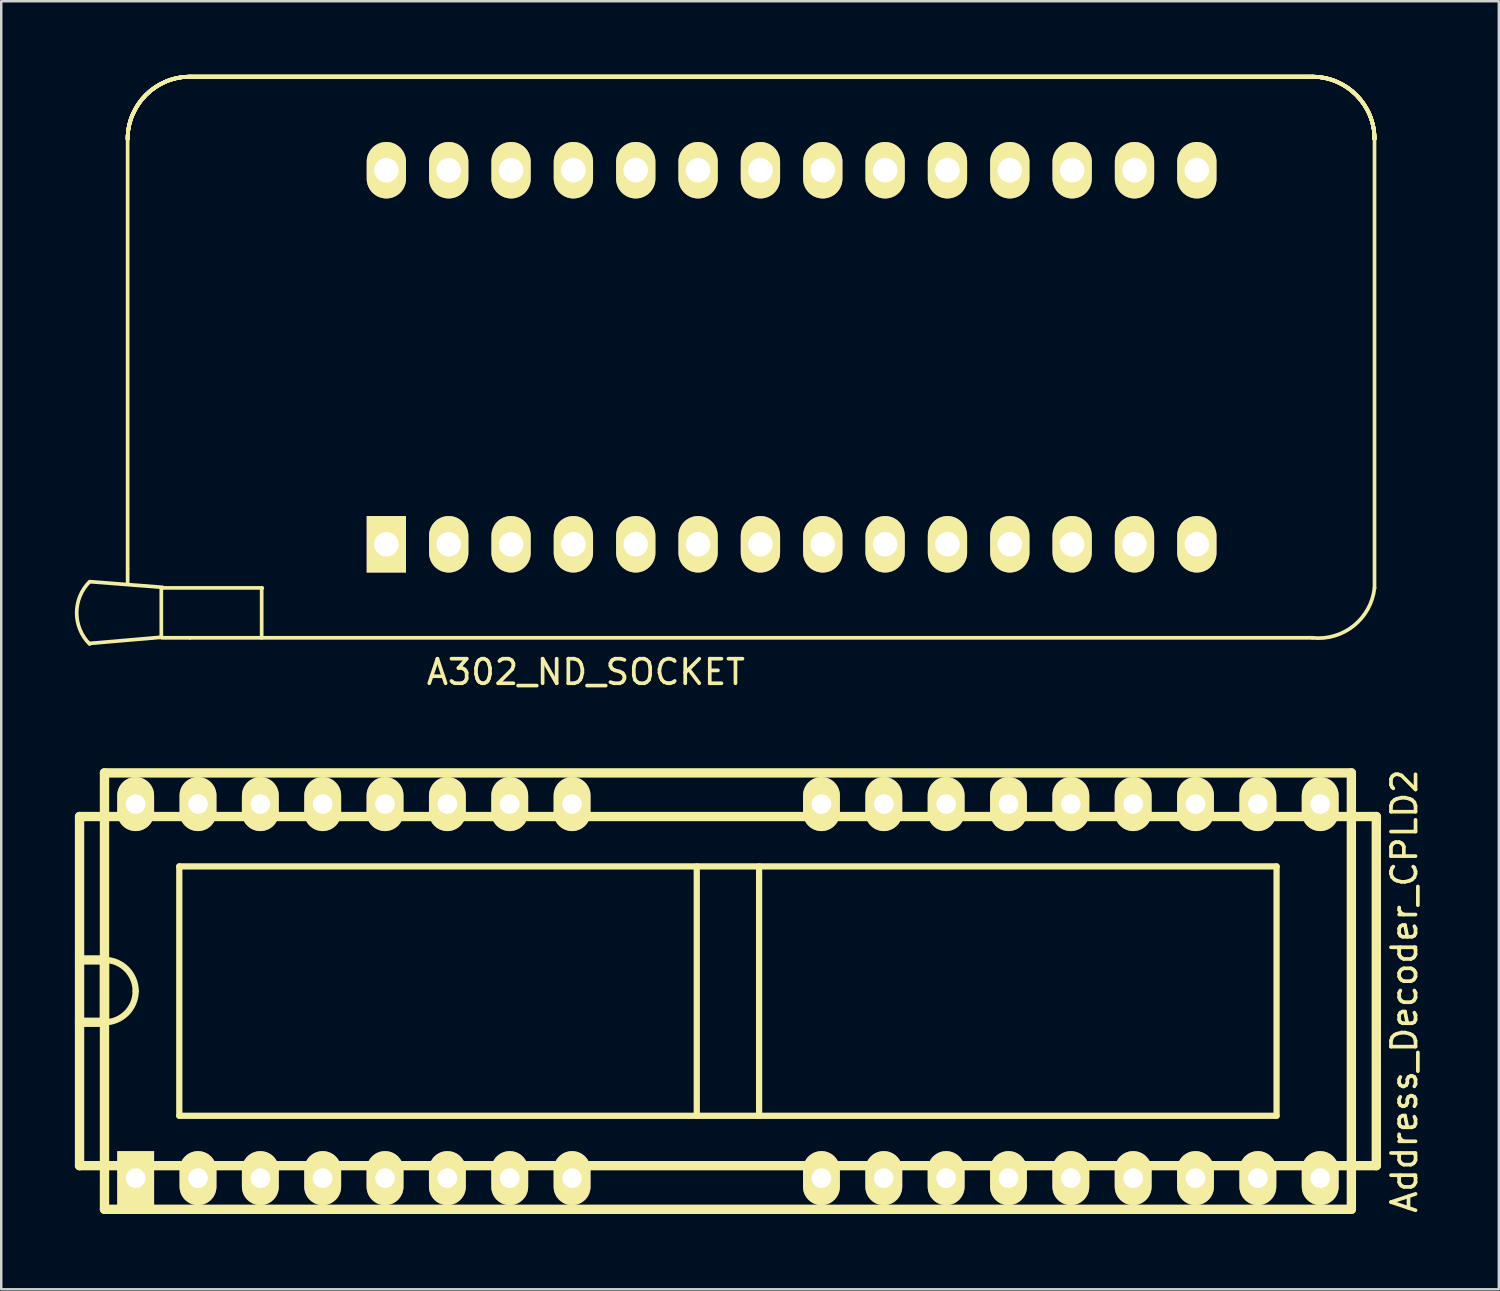
<source format=kicad_pcb>
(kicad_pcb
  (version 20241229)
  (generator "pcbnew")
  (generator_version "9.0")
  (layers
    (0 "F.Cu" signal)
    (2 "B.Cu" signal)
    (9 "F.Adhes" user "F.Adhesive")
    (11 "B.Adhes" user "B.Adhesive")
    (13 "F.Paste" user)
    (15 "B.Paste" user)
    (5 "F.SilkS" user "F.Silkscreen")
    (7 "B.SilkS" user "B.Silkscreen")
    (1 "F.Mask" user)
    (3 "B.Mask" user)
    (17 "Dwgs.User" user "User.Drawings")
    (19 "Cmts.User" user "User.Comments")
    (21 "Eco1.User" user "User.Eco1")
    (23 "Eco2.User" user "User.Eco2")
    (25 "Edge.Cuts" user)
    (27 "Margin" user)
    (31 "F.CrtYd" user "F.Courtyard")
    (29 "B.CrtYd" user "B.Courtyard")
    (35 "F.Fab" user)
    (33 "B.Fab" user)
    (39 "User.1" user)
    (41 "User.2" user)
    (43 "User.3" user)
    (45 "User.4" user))
  (footprint "A302_ND_SOCKET"
    (layer "F.Cu")
    (at 12.691 19.125)
    (property "Reference" "A302_ND_SOCKET" (at 8.128 5.207 0) (layer "F.SilkS") (effects (font (size 1 1) (thickness 0.15))))
    (attr through_hole)
    (fp_line (start -10.541 -16.485) (end -10.541 0.965) (stroke (width 0.15) (type solid)) (layer "F.SilkS"))
    (fp_line (start -10.541 0.991) (end -10.541 1.626) (stroke (width 0.15) (type solid)) (layer "F.SilkS"))
    (fp_line (start -9.169 1.803) (end -9.169 3.759) (stroke (width 0.15) (type solid)) (layer "F.SilkS"))
    (fp_line (start -9.144 3.785) (end -12.09 4.039) (stroke (width 0.15) (type solid)) (layer "F.SilkS"))
    (fp_line (start -9.119 1.753) (end -12.065 1.524) (stroke (width 0.15) (type solid)) (layer "F.SilkS"))
    (fp_line (start -8.001 -19.05) (end 37.719 -19.05) (stroke (width 0.15) (type solid)) (layer "F.SilkS"))
    (fp_line (start -8.001 -19.05) (end 37.719 -19.05) (stroke (width 0.15) (type solid)) (layer "F.SilkS"))
    (fp_line (start -8.001 -19.05) (end 37.719 -19.05) (stroke (width 0.15) (type solid)) (layer "F.SilkS"))
    (fp_line (start -8.001 -19.05) (end 37.719 -19.05) (stroke (width 0.15) (type solid)) (layer "F.SilkS"))
    (fp_line (start -8.001 -19.05) (end 37.719 -19.05) (stroke (width 0.15) (type solid)) (layer "F.SilkS"))
    (fp_line (start -8.001 -19.05) (end 37.719 -19.05) (stroke (width 0.15) (type solid)) (layer "F.SilkS"))
    (fp_line (start -8.001 -19.05) (end 37.719 -19.05) (stroke (width 0.15) (type solid)) (layer "F.SilkS"))
    (fp_line (start -8.001 -19.05) (end 37.719 -19.05) (stroke (width 0.15) (type solid)) (layer "F.SilkS"))
    (fp_line (start -8.001 3.81) (end -9.144 3.81) (stroke (width 0.15) (type solid)) (layer "F.SilkS"))
    (fp_line (start -5.08 1.778) (end -5.08 3.81) (stroke (width 0.15) (type solid)) (layer "F.SilkS"))
    (fp_line (start -5.055 1.778) (end -9.169 1.778) (stroke (width 0.15) (type solid)) (layer "F.SilkS"))
    (fp_line (start 37.719 3.81) (end -8.001 3.81) (stroke (width 0.15) (type solid)) (layer "F.SilkS"))
    (fp_line (start 40.259 1.778) (end 40.259 -16.51) (stroke (width 0.15) (type solid)) (layer "F.SilkS"))
    (fp_arc (start -12.0904 4.064) (mid -12.616451 2.794) (end -12.0904 1.524) (stroke (width 0.15) (type solid)) (layer "F.SilkS"))
    (fp_arc (start -10.541 -16.51) (mid -9.797051 -18.306051) (end -8.001 -19.05) (stroke (width 0.15) (type solid)) (layer "F.SilkS"))
    (fp_arc (start -10.541 -16.51) (mid -9.797051 -18.306051) (end -8.001 -19.05) (stroke (width 0.15) (type solid)) (layer "F.SilkS"))
    (fp_arc (start -10.541 -16.51) (mid -9.797051 -18.306051) (end -8.001 -19.05) (stroke (width 0.15) (type solid)) (layer "F.SilkS"))
    (fp_arc (start -10.541 -16.51) (mid -9.797051 -18.306051) (end -8.001 -19.05) (stroke (width 0.15) (type solid)) (layer "F.SilkS"))
    (fp_arc (start -10.541 -16.51) (mid -9.797051 -18.306051) (end -8.001 -19.05) (stroke (width 0.15) (type solid)) (layer "F.SilkS"))
    (fp_arc (start -10.541 -16.51) (mid -9.797051 -18.306051) (end -8.001 -19.05) (stroke (width 0.15) (type solid)) (layer "F.SilkS"))
    (fp_arc (start -10.541 -16.51) (mid -9.797051 -18.306051) (end -8.001 -19.05) (stroke (width 0.15) (type solid)) (layer "F.SilkS"))
    (fp_arc (start -10.541 -16.51) (mid -9.797051 -18.306051) (end -8.001 -19.05) (stroke (width 0.15) (type solid)) (layer "F.SilkS"))
    (fp_arc (start 37.719 -19.05) (mid 39.515051 -18.306051) (end 40.259 -16.51) (stroke (width 0.15) (type solid)) (layer "F.SilkS"))
    (fp_arc (start 37.719 -19.05) (mid 39.515051 -18.306051) (end 40.259 -16.51) (stroke (width 0.15) (type solid)) (layer "F.SilkS"))
    (fp_arc (start 37.719 -19.05) (mid 39.515051 -18.306051) (end 40.259 -16.51) (stroke (width 0.15) (type solid)) (layer "F.SilkS"))
    (fp_arc (start 37.719 -19.05) (mid 39.515051 -18.306051) (end 40.259 -16.51) (stroke (width 0.15) (type solid)) (layer "F.SilkS"))
    (fp_arc (start 37.719 -19.05) (mid 39.515051 -18.306051) (end 40.259 -16.51) (stroke (width 0.15) (type solid)) (layer "F.SilkS"))
    (fp_arc (start 37.719 -19.05) (mid 39.515051 -18.306051) (end 40.259 -16.51) (stroke (width 0.15) (type solid)) (layer "F.SilkS"))
    (fp_arc (start 37.719 -19.05) (mid 39.515051 -18.306051) (end 40.259 -16.51) (stroke (width 0.15) (type solid)) (layer "F.SilkS"))
    (fp_arc (start 37.719 -19.05) (mid 39.515051 -18.306051) (end 40.259 -16.51) (stroke (width 0.15) (type solid)) (layer "F.SilkS"))
    (fp_arc (start 40.259 1.778) (mid 39.409841 3.320051) (end 37.719 3.81) (stroke (width 0.15) (type solid)) (layer "F.SilkS"))
    (pad "1" thru_hole rect (at 0 0) (size 1.6 2.3) (drill 1) (layers "*.Cu" "*.Mask" "F.SilkS"))
    (pad "2" thru_hole oval (at 2.54 0) (size 1.6 2.3) (drill 1) (layers "*.Cu" "*.Mask" "F.SilkS"))
    (pad "3" thru_hole oval (at 5.08 0) (size 1.6 2.3) (drill 1) (layers "*.Cu" "*.Mask" "F.SilkS"))
    (pad "4" thru_hole oval (at 7.62 0) (size 1.6 2.3) (drill 1) (layers "*.Cu" "*.Mask" "F.SilkS"))
    (pad "5" thru_hole oval (at 10.16 0) (size 1.6 2.3) (drill 1) (layers "*.Cu" "*.Mask" "F.SilkS"))
    (pad "6" thru_hole oval (at 12.7 0) (size 1.6 2.3) (drill 1) (layers "*.Cu" "*.Mask" "F.SilkS"))
    (pad "7" thru_hole oval (at 15.24 0) (size 1.6 2.3) (drill 1) (layers "*.Cu" "*.Mask" "F.SilkS"))
    (pad "8" thru_hole oval (at 17.78 0) (size 1.6 2.3) (drill 1) (layers "*.Cu" "*.Mask" "F.SilkS"))
    (pad "9" thru_hole oval (at 20.32 0) (size 1.6 2.3) (drill 1) (layers "*.Cu" "*.Mask" "F.SilkS"))
    (pad "10" thru_hole oval (at 22.86 0) (size 1.6 2.3) (drill 1) (layers "*.Cu" "*.Mask" "F.SilkS"))
    (pad "11" thru_hole oval (at 25.4 0) (size 1.6 2.3) (drill 1) (layers "*.Cu" "*.Mask" "F.SilkS"))
    (pad "12" thru_hole oval (at 27.94 0) (size 1.6 2.3) (drill 1) (layers "*.Cu" "*.Mask" "F.SilkS"))
    (pad "13" thru_hole oval (at 30.48 0) (size 1.6 2.3) (drill 1) (layers "*.Cu" "*.Mask" "F.SilkS"))
    (pad "14" thru_hole oval (at 33.02 0) (size 1.6 2.3) (drill 1) (layers "*.Cu" "*.Mask" "F.SilkS"))
    (pad "15" thru_hole oval (at 33.02 -15.24) (size 1.6 2.3) (drill 1) (layers "*.Cu" "*.Mask" "F.SilkS"))
    (pad "16" thru_hole oval (at 30.48 -15.24) (size 1.6 2.3) (drill 1) (layers "*.Cu" "*.Mask" "F.SilkS"))
    (pad "17" thru_hole oval (at 27.94 -15.24) (size 1.6 2.3) (drill 1) (layers "*.Cu" "*.Mask" "F.SilkS"))
    (pad "18" thru_hole oval (at 25.4 -15.24) (size 1.6 2.3) (drill 1) (layers "*.Cu" "*.Mask" "F.SilkS"))
    (pad "19" thru_hole oval (at 22.86 -15.24) (size 1.6 2.3) (drill 1) (layers "*.Cu" "*.Mask" "F.SilkS"))
    (pad "20" thru_hole oval (at 20.32 -15.24) (size 1.6 2.3) (drill 1) (layers "*.Cu" "*.Mask" "F.SilkS"))
    (pad "21" thru_hole oval (at 17.78 -15.24) (size 1.6 2.3) (drill 1) (layers "*.Cu" "*.Mask" "F.SilkS"))
    (pad "22" thru_hole oval (at 15.24 -15.24) (size 1.6 2.3) (drill 1) (layers "*.Cu" "*.Mask" "F.SilkS"))
    (pad "23" thru_hole oval (at 12.7 -15.24) (size 1.6 2.3) (drill 1) (layers "*.Cu" "*.Mask" "F.SilkS"))
    (pad "24" thru_hole oval (at 10.16 -15.24) (size 1.6 2.3) (drill 1) (layers "*.Cu" "*.Mask" "F.SilkS"))
    (pad "25" thru_hole oval (at 7.62 -15.24) (size 1.6 2.3) (drill 1) (layers "*.Cu" "*.Mask" "F.SilkS"))
    (pad "26" thru_hole oval (at 5.08 -15.24) (size 1.6 2.3) (drill 1) (layers "*.Cu" "*.Mask" "F.SilkS"))
    (pad "27" thru_hole oval (at 2.54 -15.24) (size 1.6 2.3) (drill 1) (layers "*.Cu" "*.Mask" "F.SilkS"))
    (pad "28" thru_hole oval (at 0 -15.24) (size 1.6 2.3) (drill 1) (layers "*.Cu" "*.Mask" "F.SilkS")))
  (footprint "Address_Decoder_CPLD2"
    (layer "F.Cu")
    (at 26.607 37.329)
    (property "Reference" "Address_Decoder_CPLD2" (at 27.559 0 90) (layer "F.SilkS") (effects (font (size 1 1) (thickness 0.15))))
    (attr through_hole)
    (fp_line (start -26.416 -7.112) (end -26.416 7.112) (stroke (width 0.381) (type solid)) (layer "F.SilkS"))
    (fp_line (start -25.4 -8.89) (end 25.4 -8.89) (stroke (width 0.381) (type solid)) (layer "F.SilkS"))
    (fp_line (start -25.4 -1.27) (end -26.416 -1.27) (stroke (width 0.381) (type solid)) (layer "F.SilkS"))
    (fp_line (start -25.4 -1.27) (end -25.4 1.27) (stroke (width 0.381) (type solid)) (layer "F.SilkS"))
    (fp_line (start -25.4 1.27) (end -26.416 1.27) (stroke (width 0.381) (type solid)) (layer "F.SilkS"))
    (fp_line (start -25.4 8.89) (end -25.4 -8.89) (stroke (width 0.381) (type solid)) (layer "F.SilkS"))
    (fp_line (start -25.4 8.89) (end 25.4 8.89) (stroke (width 0.381) (type solid)) (layer "F.SilkS"))
    (fp_line (start -22.352 -5.08) (end -22.352 5.08) (stroke (width 0.254) (type solid)) (layer "F.SilkS"))
    (fp_line (start -22.352 -5.08) (end 22.352 -5.08) (stroke (width 0.254) (type solid)) (layer "F.SilkS"))
    (fp_line (start -1.27 -5.08) (end -1.27 5.08) (stroke (width 0.254) (type solid)) (layer "F.SilkS"))
    (fp_line (start 1.27 5.08) (end 1.27 -5.08) (stroke (width 0.254) (type solid)) (layer "F.SilkS"))
    (fp_line (start 22.352 -5.08) (end 22.352 5.08) (stroke (width 0.254) (type solid)) (layer "F.SilkS"))
    (fp_line (start 22.352 5.08) (end -22.352 5.08) (stroke (width 0.254) (type solid)) (layer "F.SilkS"))
    (fp_line (start 25.4 -8.89) (end 25.4 8.89) (stroke (width 0.381) (type solid)) (layer "F.SilkS"))
    (fp_line (start 26.416 -7.112) (end -26.416 -7.112) (stroke (width 0.381) (type solid)) (layer "F.SilkS"))
    (fp_line (start 26.416 7.112) (end -26.416 7.112) (stroke (width 0.381) (type solid)) (layer "F.SilkS"))
    (fp_line (start 26.416 7.112) (end 26.416 -7.112) (stroke (width 0.381) (type solid)) (layer "F.SilkS"))
    (fp_arc (start -25.4 -1.27) (mid -24.501974 -0.898026) (end -24.13 0) (stroke (width 0.254) (type solid)) (layer "F.SilkS"))
    (fp_arc (start -24.13 0) (mid -24.501974 0.898026) (end -25.4 1.27) (stroke (width 0.254) (type solid)) (layer "F.SilkS"))
    (pad "1" thru_hole rect (at -24.13 7.62) (size 1.501 2.2) (drill 0.8) (layers "*.Cu" "*.Mask" "F.SilkS"))
    (pad "2" thru_hole oval (at -21.59 7.62) (size 1.501 2.2) (drill 0.8) (layers "*.Cu" "*.Mask" "F.SilkS"))
    (pad "3" thru_hole oval (at -19.05 7.62) (size 1.501 2.2) (drill 0.8) (layers "*.Cu" "*.Mask" "F.SilkS"))
    (pad "4" thru_hole oval (at -16.51 7.62) (size 1.501 2.2) (drill 0.8) (layers "*.Cu" "*.Mask" "F.SilkS"))
    (pad "5" thru_hole oval (at -13.97 7.62) (size 1.501 2.2) (drill 0.8) (layers "*.Cu" "*.Mask" "F.SilkS"))
    (pad "6" thru_hole oval (at -11.43 7.62) (size 1.501 2.2) (drill 0.8) (layers "*.Cu" "*.Mask" "F.SilkS"))
    (pad "7" thru_hole oval (at -8.89 7.62) (size 1.501 2.2) (drill 0.8) (layers "*.Cu" "*.Mask" "F.SilkS"))
    (pad "8" thru_hole oval (at -6.35 7.62) (size 1.501 2.2) (drill 0.8) (layers "*.Cu" "*.Mask" "F.SilkS"))
    (pad "12" thru_hole oval (at 3.81 7.62) (size 1.501 2.2) (drill 0.8) (layers "*.Cu" "*.Mask" "F.SilkS"))
    (pad "13" thru_hole oval (at 6.35 7.62) (size 1.501 2.2) (drill 0.8) (layers "*.Cu" "*.Mask" "F.SilkS"))
    (pad "14" thru_hole oval (at 8.89 7.62) (size 1.501 2.2) (drill 0.8) (layers "*.Cu" "*.Mask" "F.SilkS"))
    (pad "15" thru_hole oval (at 11.43 7.62) (size 1.501 2.2) (drill 0.8) (layers "*.Cu" "*.Mask" "F.SilkS"))
    (pad "16" thru_hole oval (at 13.97 7.62) (size 1.501 2.2) (drill 0.8) (layers "*.Cu" "*.Mask" "F.SilkS"))
    (pad "17" thru_hole oval (at 16.51 7.62) (size 1.501 2.2) (drill 0.8) (layers "*.Cu" "*.Mask" "F.SilkS"))
    (pad "18" thru_hole oval (at 19.05 7.62) (size 1.501 2.2) (drill 0.8) (layers "*.Cu" "*.Mask" "F.SilkS"))
    (pad "19" thru_hole oval (at 21.59 7.62) (size 1.501 2.2) (drill 0.8) (layers "*.Cu" "*.Mask" "F.SilkS"))
    (pad "20" thru_hole oval (at 24.13 7.62) (size 1.501 2.2) (drill 0.8) (layers "*.Cu" "*.Mask" "F.SilkS"))
    (pad "21" thru_hole oval (at 24.13 -7.62) (size 1.501 2.2) (drill 0.8) (layers "*.Cu" "*.Mask" "F.SilkS"))
    (pad "22" thru_hole oval (at 21.59 -7.62) (size 1.501 2.2) (drill 0.8) (layers "*.Cu" "*.Mask" "F.SilkS"))
    (pad "23" thru_hole oval (at 19.05 -7.62) (size 1.501 2.2) (drill 0.8) (layers "*.Cu" "*.Mask" "F.SilkS"))
    (pad "24" thru_hole oval (at 16.51 -7.62) (size 1.501 2.2) (drill 0.8) (layers "*.Cu" "*.Mask" "F.SilkS"))
    (pad "25" thru_hole oval (at 13.97 -7.62) (size 1.501 2.2) (drill 0.8) (layers "*.Cu" "*.Mask" "F.SilkS"))
    (pad "26" thru_hole oval (at 11.43 -7.62) (size 1.501 2.2) (drill 0.8) (layers "*.Cu" "*.Mask" "F.SilkS"))
    (pad "27" thru_hole oval (at 8.89 -7.62) (size 1.501 2.2) (drill 0.8) (layers "*.Cu" "*.Mask" "F.SilkS"))
    (pad "28" thru_hole oval (at 6.35 -7.62) (size 1.501 2.2) (drill 0.8) (layers "*.Cu" "*.Mask" "F.SilkS"))
    (pad "29" thru_hole oval (at 3.81 -7.62) (size 1.501 2.2) (drill 0.8) (layers "*.Cu" "*.Mask" "F.SilkS"))
    (pad "33" thru_hole oval (at -6.35 -7.62) (size 1.501 2.2) (drill 0.8) (layers "*.Cu" "*.Mask" "F.SilkS"))
    (pad "34" thru_hole oval (at -8.89 -7.62) (size 1.501 2.2) (drill 0.8) (layers "*.Cu" "*.Mask" "F.SilkS"))
    (pad "35" thru_hole oval (at -11.43 -7.62) (size 1.501 2.2) (drill 0.8) (layers "*.Cu" "*.Mask" "F.SilkS"))
    (pad "36" thru_hole oval (at -13.97 -7.62) (size 1.501 2.2) (drill 0.8) (layers "*.Cu" "*.Mask" "F.SilkS"))
    (pad "37" thru_hole oval (at -16.51 -7.62) (size 1.501 2.2) (drill 0.8) (layers "*.Cu" "*.Mask" "F.SilkS"))
    (pad "38" thru_hole oval (at -19.05 -7.62) (size 1.501 2.2) (drill 0.8) (layers "*.Cu" "*.Mask" "F.SilkS"))
    (pad "39" thru_hole oval (at -21.59 -7.62) (size 1.501 2.2) (drill 0.8) (layers "*.Cu" "*.Mask" "F.SilkS"))
    (pad "40" thru_hole oval (at -24.13 -7.62) (size 1.501 2.2) (drill 0.8) (layers "*.Cu" "*.Mask" "F.SilkS")))
  (gr_rect
    (start -3 -3)
    (end 58.014 49.478)
    (stroke (width 0.1) (type default))
    (fill no)
    (layer "Edge.Cuts")))
</source>
